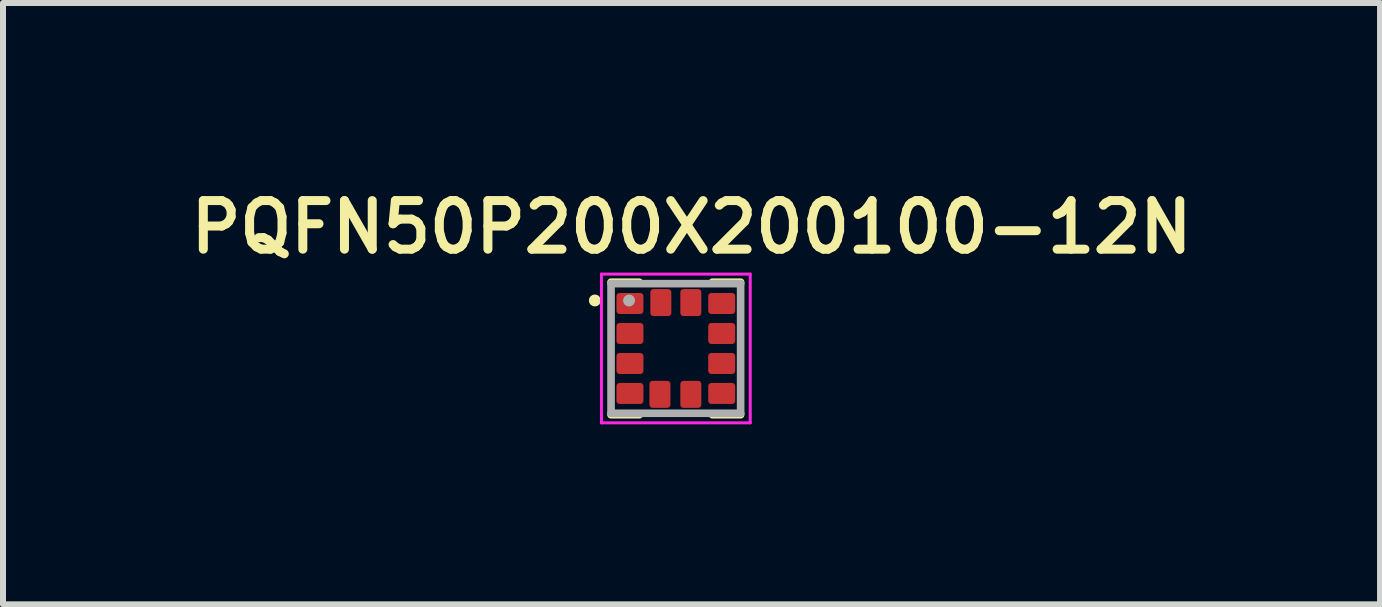
<source format=kicad_pcb>
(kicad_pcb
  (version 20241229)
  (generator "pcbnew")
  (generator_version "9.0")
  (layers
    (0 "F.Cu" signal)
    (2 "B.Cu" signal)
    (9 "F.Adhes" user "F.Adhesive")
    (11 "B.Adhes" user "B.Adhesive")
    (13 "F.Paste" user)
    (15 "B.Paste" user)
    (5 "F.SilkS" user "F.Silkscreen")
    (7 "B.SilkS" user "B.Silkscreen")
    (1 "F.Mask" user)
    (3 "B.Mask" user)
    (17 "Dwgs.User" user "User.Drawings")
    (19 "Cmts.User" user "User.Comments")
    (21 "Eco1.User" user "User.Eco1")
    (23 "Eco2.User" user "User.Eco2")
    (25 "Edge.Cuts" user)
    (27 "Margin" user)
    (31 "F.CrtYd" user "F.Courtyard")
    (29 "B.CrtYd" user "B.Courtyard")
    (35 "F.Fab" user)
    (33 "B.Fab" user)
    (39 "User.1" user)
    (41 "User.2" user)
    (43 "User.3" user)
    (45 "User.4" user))
  (footprint "PQFN50P200X200100-12N"
    (layer "F.Cu")
    (at 8.216 2.759)
    (property "Reference" "PQFN50P200X200100-12N" (at 0.262 -2.022 0) (layer "F.SilkS") (effects (font (size 0.81 0.81) (thickness 0.15))))
    (attr smd)
    (fp_line (start -1.08 -1.105) (end -0.61 -1.105) (stroke (width 0.127) (type solid)) (layer "F.SilkS"))
    (fp_line (start -0.61 1.105) (end -1.08 1.105) (stroke (width 0.127) (type solid)) (layer "F.SilkS"))
    (fp_line (start 0.61 -1.105) (end 1.08 -1.105) (stroke (width 0.127) (type solid)) (layer "F.SilkS"))
    (fp_line (start 1.08 1.105) (end 0.61 1.105) (stroke (width 0.127) (type solid)) (layer "F.SilkS"))
    (fp_circle (center -1.35 -0.8) (end -1.3 -0.8) (stroke (width 0.1) (type solid)) (fill no) (layer "F.SilkS"))
    (fp_line (start -1.24 -1.24) (end 1.24 -1.24) (stroke (width 0.05) (type solid)) (layer "F.CrtYd"))
    (fp_line (start -1.24 1.24) (end -1.24 -1.24) (stroke (width 0.05) (type solid)) (layer "F.CrtYd"))
    (fp_line (start 1.24 -1.24) (end 1.24 1.24) (stroke (width 0.05) (type solid)) (layer "F.CrtYd"))
    (fp_line (start 1.24 1.24) (end -1.24 1.24) (stroke (width 0.05) (type solid)) (layer "F.CrtYd"))
    (fp_line (start -1.08 -1.08) (end 1.08 -1.08) (stroke (width 0.127) (type solid)) (layer "F.Fab"))
    (fp_line (start -1.08 1.08) (end -1.08 -1.08) (stroke (width 0.127) (type solid)) (layer "F.Fab"))
    (fp_line (start 1.08 -1.08) (end 1.08 1.08) (stroke (width 0.127) (type solid)) (layer "F.Fab"))
    (fp_line (start 1.08 1.08) (end -1.08 1.08) (stroke (width 0.127) (type solid)) (layer "F.Fab"))
    (fp_circle (center -0.78 -0.8) (end -0.73 -0.8) (stroke (width 0.1) (type solid)) (fill no) (layer "F.Fab"))
    (pad "1" smd roundrect (at -0.765 -0.75) (size 0.45 0.35) (layers "F.Cu" "F.Mask" "F.Paste") (roundrect_rratio 0.15))
    (pad "2" smd roundrect (at -0.765 -0.25) (size 0.45 0.35) (layers "F.Cu" "F.Mask" "F.Paste") (roundrect_rratio 0.15))
    (pad "3" smd roundrect (at -0.765 0.25) (size 0.45 0.35) (layers "F.Cu" "F.Mask" "F.Paste") (roundrect_rratio 0.15))
    (pad "4" smd roundrect (at -0.765 0.75) (size 0.45 0.35) (layers "F.Cu" "F.Mask" "F.Paste") (roundrect_rratio 0.15))
    (pad "5" smd roundrect (at -0.265 0.765) (size 0.35 0.45) (layers "F.Cu" "F.Mask" "F.Paste") (roundrect_rratio 0.15))
    (pad "6" smd roundrect (at 0.25 0.765) (size 0.35 0.45) (layers "F.Cu" "F.Mask" "F.Paste") (roundrect_rratio 0.15))
    (pad "7" smd roundrect (at 0.765 0.75) (size 0.45 0.35) (layers "F.Cu" "F.Mask" "F.Paste") (roundrect_rratio 0.15))
    (pad "8" smd roundrect (at 0.765 0.25) (size 0.45 0.35) (layers "F.Cu" "F.Mask" "F.Paste") (roundrect_rratio 0.15))
    (pad "9" smd roundrect (at 0.765 -0.25) (size 0.45 0.35) (layers "F.Cu" "F.Mask" "F.Paste") (roundrect_rratio 0.15))
    (pad "10" smd roundrect (at 0.765 -0.75) (size 0.45 0.35) (layers "F.Cu" "F.Mask" "F.Paste") (roundrect_rratio 0.15))
    (pad "11" smd roundrect (at 0.25 -0.765) (size 0.35 0.45) (layers "F.Cu" "F.Mask" "F.Paste") (roundrect_rratio 0.15))
    (pad "12" smd roundrect (at -0.25 -0.765) (size 0.35 0.45) (layers "F.Cu" "F.Mask" "F.Paste") (roundrect_rratio 0.15)))
  (gr_rect
    (start -3 -3)
    (end 19.955 7.024)
    (stroke (width 0.1) (type default))
    (fill no)
    (layer "Edge.Cuts")))
</source>
